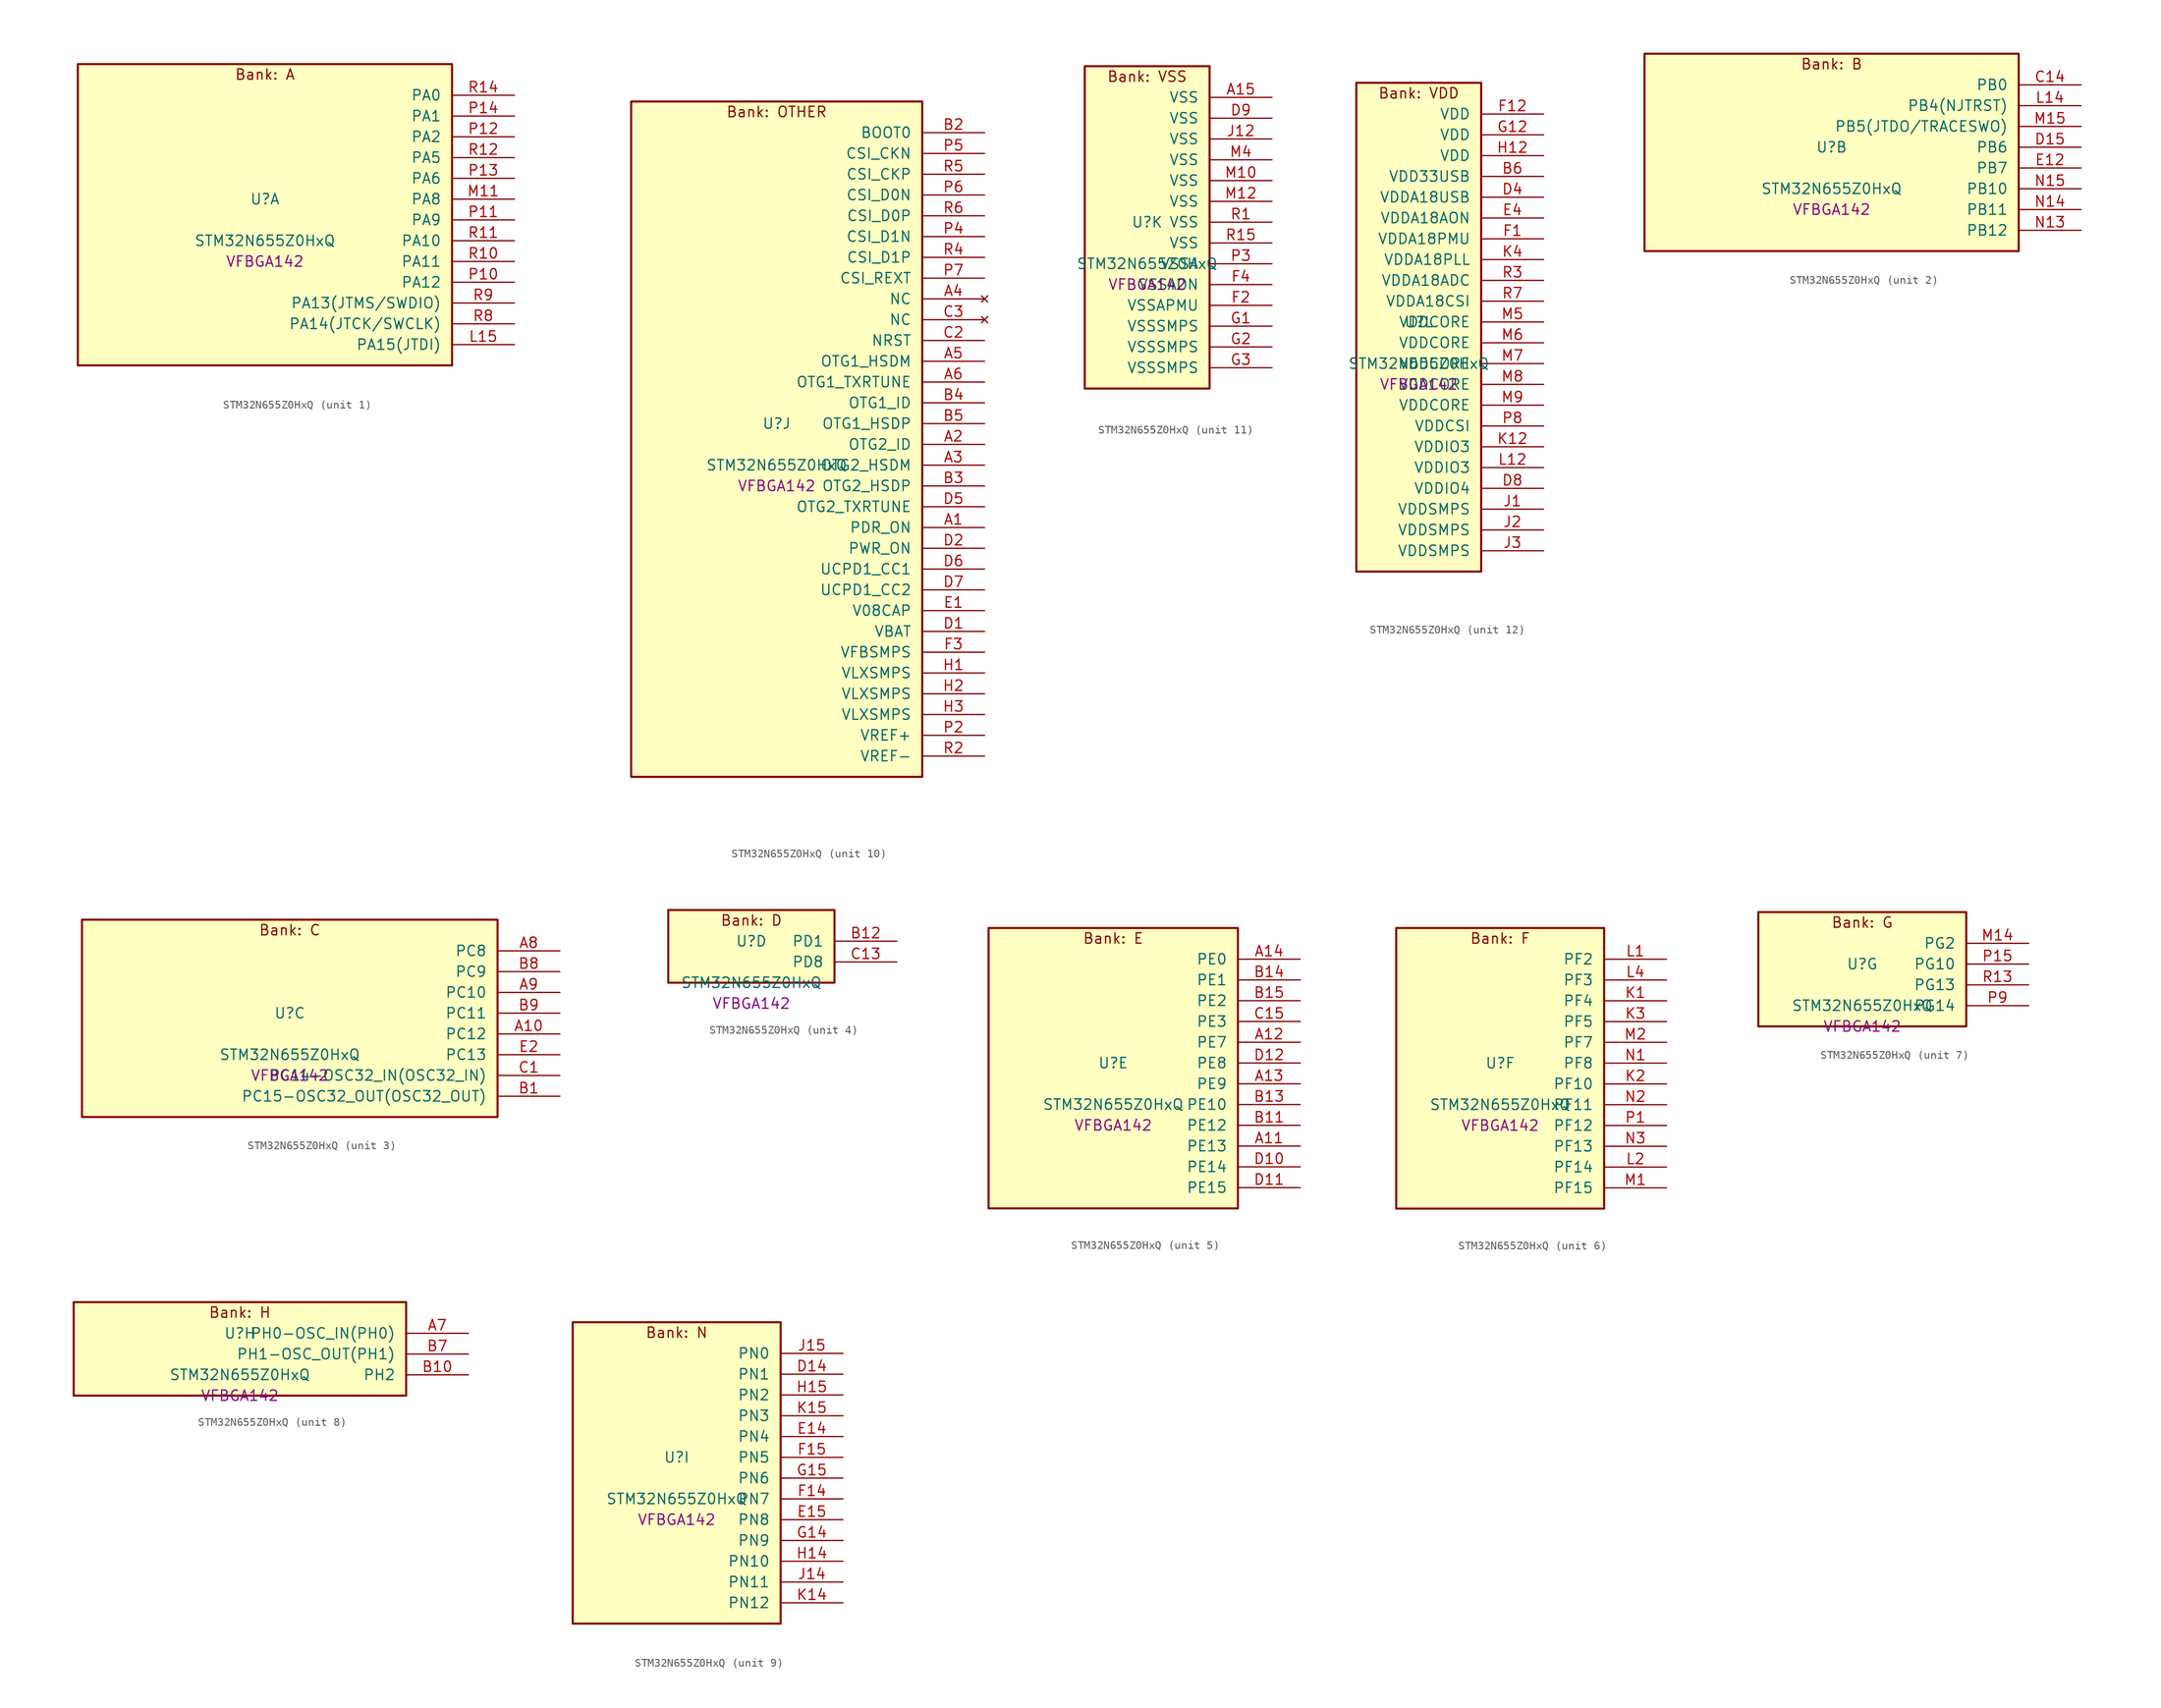
<source format=kicad_sym>
(kicad_symbol_lib
  (version 20241209)
  (generator "stm32_pkl_generator")
  (generator_version "1.0")
  (symbol "STM32N655Z0HxQ"
    (pin_names
      (offset 1.27))
    (property "Reference" "U"
      (at 0 2.54 0))
    (property "Value" "STM32N655Z0HxQ"
      (at 0 -2.54 0))
    (property "Footprint" "VFBGA142"
      (at 0 -5.08 0))
    (symbol "STM32N655Z0HxQ_1_1"
      (rectangle (start -22.86 19.05) (end 22.86 -17.78) (stroke (width 0.254) (type solid)) (fill (type background)))
      (text "Bank: A" (at 0 17.78 0))
      (pin bidirectional line (at 30.48 15.24 180) (length 7.62) (name "PA0") (number "R14") (alternate "PA0/ADC1_INN1" bidirectional line) (alternate "PA0/ADC1_INP0" bidirectional line) (alternate "PA0/ADC2_INN1" bidirectional line) (alternate "PA0/ADC2_INP0" bidirectional line) (alternate "PA0/HDP_HDP0" bidirectional line) (alternate "PA0/I2S6_WS" bidirectional line) (alternate "PA0/LTDC_G3" bidirectional line) (alternate "PA0/PWR_WKUP1" bidirectional line) (alternate "PA0/SAI2_SD_B" bidirectional line) (alternate "PA0/SPI6_NSS" bidirectional line) (alternate "PA0/TIM15_BKIN" bidirectional line) (alternate "PA0/TIM2_CH1" bidirectional line) (alternate "PA0/TIM9_CH1" bidirectional line) (alternate "PA0/UART4_TX" bidirectional line))
      (pin bidirectional line (at 30.48 12.7 180) (length 7.62) (name "PA1") (number "P14") (alternate "PA1/ADC1_INP1" bidirectional line) (alternate "PA1/ADC2_INP1" bidirectional line) (alternate "PA1/DCMIPP_D0" bidirectional line) (alternate "PA1/DCMI_D0" bidirectional line) (alternate "PA1/HDP_HDP1" bidirectional line) (alternate "PA1/LTDC_G2" bidirectional line) (alternate "PA1/PSSI_D0" bidirectional line) (alternate "PA1/SAI2_MCLK_B" bidirectional line) (alternate "PA1/TIM15_CH1N" bidirectional line) (alternate "PA1/TIM2_CH2" bidirectional line) (alternate "PA1/UART4_RX" bidirectional line))
      (pin bidirectional line (at 30.48 10.16 180) (length 7.62) (name "PA2") (number "P12") (alternate "PA2/ADC1_INP14" bidirectional line) (alternate "PA2/ADC2_INP14" bidirectional line) (alternate "PA2/HDP_HDP2" bidirectional line) (alternate "PA2/LTDC_B7" bidirectional line) (alternate "PA2/MDIOS_MDIO" bidirectional line) (alternate "PA2/PWR_WKUP2" bidirectional line) (alternate "PA2/SAI2_SCK_B" bidirectional line) (alternate "PA2/TIM15_CH1" bidirectional line) (alternate "PA2/TIM2_CH3" bidirectional line))
      (pin bidirectional line (at 30.48 7.62 180) (length 7.62) (name "PA5") (number "R12") (alternate "PA5/ADC2_INP18" bidirectional line) (alternate "PA5/DCMIPP_D8" bidirectional line) (alternate "PA5/DCMI_D8" bidirectional line) (alternate "PA5/HDP_HDP5" bidirectional line) (alternate "PA5/I2S1_CK" bidirectional line) (alternate "PA5/I2S6_CK" bidirectional line) (alternate "PA5/I3C1_SCL" bidirectional line) (alternate "PA5/LTDC_CLK" bidirectional line) (alternate "PA5/PSSI_D8" bidirectional line) (alternate "PA5/PWR_CSTOP" bidirectional line) (alternate "PA5/SPI1_SCK" bidirectional line) (alternate "PA5/SPI6_SCK" bidirectional line) (alternate "PA5/TIM10_CH1" bidirectional line) (alternate "PA5/TIM2_CH1" bidirectional line) (alternate "PA5/TIM2_ETR" bidirectional line) (alternate "PA5/TIM9_CH2" bidirectional line))
      (pin bidirectional line (at 30.48 5.08 180) (length 7.62) (name "PA6") (number "P13") (alternate "PA6/ADC1_INP3" bidirectional line) (alternate "PA6/ADC2_INP3" bidirectional line) (alternate "PA6/BOOT1" bidirectional line) (alternate "PA6/DCMIPP_PIXCLK" bidirectional line) (alternate "PA6/DCMI_PIXCLK" bidirectional line) (alternate "PA6/HDP_HDP6" bidirectional line) (alternate "PA6/I2S1_SDI" bidirectional line) (alternate "PA6/I2S6_SDI" bidirectional line) (alternate "PA6/I3C1_SDA" bidirectional line) (alternate "PA6/LTDC_B7" bidirectional line) (alternate "PA6/LTDC_HSYNC" bidirectional line) (alternate "PA6/MDIOS_MDC" bidirectional line) (alternate "PA6/PSSI_PDCK" bidirectional line) (alternate "PA6/SPI1_MISO" bidirectional line) (alternate "PA6/SPI6_MISO" bidirectional line) (alternate "PA6/TIM13_CH1" bidirectional line) (alternate "PA6/TIM3_CH1" bidirectional line))
      (pin bidirectional line (at 30.48 2.54 180) (length 7.62) (name "PA8") (number "M11") (alternate "PA8/ADC1_INP5" bidirectional line) (alternate "PA8/ADC2_INP5" bidirectional line) (alternate "PA8/HDP_HDP0" bidirectional line) (alternate "PA8/I2C3_SCL" bidirectional line) (alternate "PA8/I3C2_SCL" bidirectional line) (alternate "PA8/LTDC_B6" bidirectional line) (alternate "PA8/RCC_MCO_1" bidirectional line) (alternate "PA8/TIM11_CH1" bidirectional line) (alternate "PA8/UART7_RX" bidirectional line) (alternate "PA8/USART1_CK" bidirectional line))
      (pin bidirectional line (at 30.48 0 180) (length 7.62) (name "PA9") (number "P11") (alternate "PA9/ADC1_INP10" bidirectional line) (alternate "PA9/ADC2_INP10" bidirectional line) (alternate "PA9/DCMIPP_D0" bidirectional line) (alternate "PA9/DCMI_D0" bidirectional line) (alternate "PA9/HDP_HDP1" bidirectional line) (alternate "PA9/I2C3_SDA" bidirectional line) (alternate "PA9/I3C2_SDA" bidirectional line) (alternate "PA9/LPUART1_TX" bidirectional line) (alternate "PA9/LTDC_B5" bidirectional line) (alternate "PA9/PSSI_D0" bidirectional line) (alternate "PA9/USART1_TX" bidirectional line))
      (pin bidirectional line (at 30.48 -2.54 180) (length 7.62) (name "PA10") (number "R11") (alternate "PA10/ADC1_INN10" bidirectional line) (alternate "PA10/ADC1_INP11" bidirectional line) (alternate "PA10/ADC2_INN10" bidirectional line) (alternate "PA10/ADC2_INP11" bidirectional line) (alternate "PA10/DCMIPP_D1" bidirectional line) (alternate "PA10/DCMI_D1" bidirectional line) (alternate "PA10/HDP_HDP2" bidirectional line) (alternate "PA10/LPUART1_RX" bidirectional line) (alternate "PA10/LTDC_B4" bidirectional line) (alternate "PA10/MDIOS_MDIO" bidirectional line) (alternate "PA10/PSSI_D1" bidirectional line) (alternate "PA10/PWR_CSLEEP" bidirectional line) (alternate "PA10/USART1_RX" bidirectional line))
      (pin bidirectional line (at 30.48 -5.08 180) (length 7.62) (name "PA11") (number "R10") (alternate "PA11/ADC1_EXTI11" bidirectional line) (alternate "PA11/ADC1_INN11" bidirectional line) (alternate "PA11/ADC1_INP12" bidirectional line) (alternate "PA11/ADC2_EXTI11" bidirectional line) (alternate "PA11/ADC2_INN11" bidirectional line) (alternate "PA11/ADC2_INP12" bidirectional line) (alternate "PA11/FDCAN1_RX" bidirectional line) (alternate "PA11/HDP_HDP3" bidirectional line) (alternate "PA11/LPUART1_CTS" bidirectional line) (alternate "PA11/LTDC_B3" bidirectional line) (alternate "PA11/UART4_RX" bidirectional line) (alternate "PA11/USART1_CTS" bidirectional line) (alternate "PA11/USART1_NSS" bidirectional line))
      (pin bidirectional line (at 30.48 -7.62 180) (length 7.62) (name "PA12") (number "P10") (alternate "PA12/ADC1_INN12" bidirectional line) (alternate "PA12/ADC1_INP13" bidirectional line) (alternate "PA12/ADC2_INN12" bidirectional line) (alternate "PA12/ADC2_INP13" bidirectional line) (alternate "PA12/FDCAN1_TX" bidirectional line) (alternate "PA12/HDP_HDP4" bidirectional line) (alternate "PA12/LPUART1_RTS" bidirectional line) (alternate "PA12/LTDC_B2" bidirectional line) (alternate "PA12/SAI2_FS_B" bidirectional line) (alternate "PA12/UART4_TX" bidirectional line) (alternate "PA12/USART1_RTS" bidirectional line))
      (pin bidirectional line (at 30.48 -10.16 180) (length 7.62) (name "PA13(JTMS/SWDIO)") (number "R9") (alternate "PA13(JTMS/SWDIO)/DEBUG_JTMS-SWDIO" bidirectional line) (alternate "PA13(JTMS/SWDIO)/HDP_HDP5" bidirectional line))
      (pin bidirectional line (at 30.48 -12.7 180) (length 7.62) (name "PA14(JTCK/SWCLK)") (number "R8") (alternate "PA14(JTCK/SWCLK)/DEBUG_JTCK-SWCLK" bidirectional line) (alternate "PA14(JTCK/SWCLK)/HDP_HDP6" bidirectional line))
      (pin bidirectional line (at 30.48 -15.24 180) (length 7.62) (name "PA15(JTDI)") (number "L15") (alternate "PA15(JTDI)/ADC1_EXTI15" bidirectional line) (alternate "PA15(JTDI)/ADC2_EXTI15" bidirectional line) (alternate "PA15(JTDI)/DEBUG_JTDI" bidirectional line) (alternate "PA15(JTDI)/HDP_HDP7" bidirectional line) (alternate "PA15(JTDI)/I2S1_WS" bidirectional line) (alternate "PA15(JTDI)/I2S3_WS" bidirectional line) (alternate "PA15(JTDI)/I2S6_WS" bidirectional line) (alternate "PA15(JTDI)/LTDC_R5" bidirectional line) (alternate "PA15(JTDI)/SPI1_NSS" bidirectional line) (alternate "PA15(JTDI)/SPI3_NSS" bidirectional line) (alternate "PA15(JTDI)/SPI6_NSS" bidirectional line) (alternate "PA15(JTDI)/TIM2_CH1" bidirectional line) (alternate "PA15(JTDI)/TIM2_ETR" bidirectional line) (alternate "PA15(JTDI)/UART4_DE" bidirectional line) (alternate "PA15(JTDI)/UART4_RTS" bidirectional line) (alternate "PA15(JTDI)/UART7_TX" bidirectional line)))
    (symbol "STM32N655Z0HxQ_2_1"
      (rectangle (start -22.86 13.97) (end 22.86 -10.16) (stroke (width 0.254) (type solid)) (fill (type background)))
      (text "Bank: B" (at 0 12.7 0))
      (pin bidirectional line (at 30.48 10.16 180) (length 7.62) (name "PB0") (number "C14") (alternate "PB0/ADF1_SDI0" bidirectional line) (alternate "PB0/DCMIPP_D4" bidirectional line) (alternate "PB0/DCMI_D4" bidirectional line) (alternate "PB0/DEBUG_TRACED1" bidirectional line) (alternate "PB0/MDF1_SDI2" bidirectional line) (alternate "PB0/PSSI_D4" bidirectional line) (alternate "PB0/SAI1_D2" bidirectional line) (alternate "PB0/SAI1_FS_A" bidirectional line) (alternate "PB0/SPI4_NSS" bidirectional line) (alternate "PB0/TIM15_CH1N" bidirectional line))
      (pin bidirectional line (at 30.48 7.62 180) (length 7.62) (name "PB4(NJTRST)") (number "L14") (alternate "PB4(NJTRST)/DCMIPP_VSYNC" bidirectional line) (alternate "PB4(NJTRST)/DCMI_VSYNC" bidirectional line) (alternate "PB4(NJTRST)/DEBUG_NJTRST" bidirectional line) (alternate "PB4(NJTRST)/HDP_HDP4" bidirectional line) (alternate "PB4(NJTRST)/I2S1_SDI" bidirectional line) (alternate "PB4(NJTRST)/I2S3_SDI" bidirectional line) (alternate "PB4(NJTRST)/I2S6_SDI" bidirectional line) (alternate "PB4(NJTRST)/LTDC_R3" bidirectional line) (alternate "PB4(NJTRST)/PSSI_RDY" bidirectional line) (alternate "PB4(NJTRST)/SPI1_MISO" bidirectional line) (alternate "PB4(NJTRST)/SPI3_MISO" bidirectional line) (alternate "PB4(NJTRST)/SPI6_MISO" bidirectional line) (alternate "PB4(NJTRST)/TIM3_CH1" bidirectional line) (alternate "PB4(NJTRST)/UART7_TX" bidirectional line))
      (pin bidirectional line (at 30.48 5.08 180) (length 7.62) (name "PB5(JTDO/TRACESWO)") (number "M15") (alternate "PB5(JTDO/TRACESWO)/DCMIPP_D10" bidirectional line) (alternate "PB5(JTDO/TRACESWO)/DCMI_D10" bidirectional line) (alternate "PB5(JTDO/TRACESWO)/DEBUG_JTDO-SWO" bidirectional line) (alternate "PB5(JTDO/TRACESWO)/FDCAN2_RX" bidirectional line) (alternate "PB5(JTDO/TRACESWO)/HDP_HDP5" bidirectional line) (alternate "PB5(JTDO/TRACESWO)/I2S1_SDO" bidirectional line) (alternate "PB5(JTDO/TRACESWO)/I2S3_SDO" bidirectional line) (alternate "PB5(JTDO/TRACESWO)/I2S6_SDO" bidirectional line) (alternate "PB5(JTDO/TRACESWO)/LTDC_R2" bidirectional line) (alternate "PB5(JTDO/TRACESWO)/PSSI_D10" bidirectional line) (alternate "PB5(JTDO/TRACESWO)/SPI1_MOSI" bidirectional line) (alternate "PB5(JTDO/TRACESWO)/SPI3_MOSI" bidirectional line) (alternate "PB5(JTDO/TRACESWO)/SPI6_MOSI" bidirectional line) (alternate "PB5(JTDO/TRACESWO)/TIM3_CH2" bidirectional line) (alternate "PB5(JTDO/TRACESWO)/UART5_RX" bidirectional line))
      (pin bidirectional line (at 30.48 2.54 180) (length 7.62) (name "PB6") (number "D15") (alternate "PB6/ADF1_CCK1" bidirectional line) (alternate "PB6/DCMIPP_D6" bidirectional line) (alternate "PB6/DCMI_D6" bidirectional line) (alternate "PB6/DEBUG_TRACED2" bidirectional line) (alternate "PB6/MDF1_CCK1" bidirectional line) (alternate "PB6/PSSI_D6" bidirectional line) (alternate "PB6/SAI1_CK2" bidirectional line) (alternate "PB6/SAI1_SCK_A" bidirectional line) (alternate "PB6/SPI4_MISO" bidirectional line) (alternate "PB6/TIM15_CH1" bidirectional line))
      (pin bidirectional line (at 30.48 0 180) (length 7.62) (name "PB7") (number "E12") (alternate "PB7/ADF1_SDI0" bidirectional line) (alternate "PB7/DCMIPP_D7" bidirectional line) (alternate "PB7/DCMI_D7" bidirectional line) (alternate "PB7/DEBUG_TRACED3" bidirectional line) (alternate "PB7/MDF1_SDI1" bidirectional line) (alternate "PB7/PSSI_D7" bidirectional line) (alternate "PB7/SAI1_D1" bidirectional line) (alternate "PB7/SAI1_SD_A" bidirectional line) (alternate "PB7/SAI2_MCLK_B" bidirectional line) (alternate "PB7/SPI4_MOSI" bidirectional line) (alternate "PB7/TIM15_CH2" bidirectional line))
      (pin bidirectional line (at 30.48 -2.54 180) (length 7.62) (name "PB10") (number "N15") (alternate "PB10/ADC1_INN4" bidirectional line) (alternate "PB10/ADC1_INP8" bidirectional line) (alternate "PB10/ADC2_INN4" bidirectional line) (alternate "PB10/ADC2_INP8" bidirectional line) (alternate "PB10/HDP_HDP2" bidirectional line) (alternate "PB10/I2C2_SCL" bidirectional line) (alternate "PB10/I3C2_SCL" bidirectional line) (alternate "PB10/LPTIM2_IN1" bidirectional line) (alternate "PB10/LTDC_G7" bidirectional line) (alternate "PB10/TIM2_CH3" bidirectional line) (alternate "PB10/USART3_TX" bidirectional line))
      (pin bidirectional line (at 30.48 -5.08 180) (length 7.62) (name "PB11") (number "N14") (alternate "PB11/ADC1_EXTI11" bidirectional line) (alternate "PB11/ADC1_INP4" bidirectional line) (alternate "PB11/ADC2_EXTI11" bidirectional line) (alternate "PB11/ADC2_INP4" bidirectional line) (alternate "PB11/HDP_HDP3" bidirectional line) (alternate "PB11/I2C2_SDA" bidirectional line) (alternate "PB11/I3C2_SDA" bidirectional line) (alternate "PB11/LPTIM2_ETR" bidirectional line) (alternate "PB11/LTDC_G6" bidirectional line) (alternate "PB11/TIM2_CH4" bidirectional line) (alternate "PB11/USART3_RX" bidirectional line))
      (pin bidirectional line (at 30.48 -7.62 180) (length 7.62) (name "PB12") (number "N13") (alternate "PB12/FDCAN2_RX" bidirectional line) (alternate "PB12/HDP_HDP4" bidirectional line) (alternate "PB12/I2C2_SMBA" bidirectional line) (alternate "PB12/LPTIM2_IN2" bidirectional line) (alternate "PB12/LTDC_G5" bidirectional line) (alternate "PB12/UART5_RX" bidirectional line) (alternate "PB12/USART3_CK" bidirectional line)))
    (symbol "STM32N655Z0HxQ_3_1"
      (rectangle (start -25.4 13.97) (end 25.4 -10.16) (stroke (width 0.254) (type solid)) (fill (type background)))
      (text "Bank: C" (at 0 12.7 0))
      (pin bidirectional line (at 33.02 10.16 180) (length 7.62) (name "PC8") (number "A8") (alternate "PC8/DCMIPP_D2" bidirectional line) (alternate "PC8/DCMI_D2" bidirectional line) (alternate "PC8/DEBUG_TRACED1" bidirectional line) (alternate "PC8/HDP_HDP0" bidirectional line) (alternate "PC8/I2C3_SMBA" bidirectional line) (alternate "PC8/LTDC_B0" bidirectional line) (alternate "PC8/PSSI_D2" bidirectional line) (alternate "PC8/TIM3_CH3" bidirectional line) (alternate "PC8/UART5_DE" bidirectional line) (alternate "PC8/UART5_RTS" bidirectional line) (alternate "PC8/UCPD1_FRSTX1" bidirectional line))
      (pin bidirectional line (at 33.02 7.62 180) (length 7.62) (name "PC9") (number "B8") (alternate "PC9/AUDIOCLK" bidirectional line) (alternate "PC9/DCMIPP_D3" bidirectional line) (alternate "PC9/DCMI_D3" bidirectional line) (alternate "PC9/HDP_HDP1" bidirectional line) (alternate "PC9/I2C3_SDA" bidirectional line) (alternate "PC9/LTDC_B3" bidirectional line) (alternate "PC9/PSSI_D3" bidirectional line) (alternate "PC9/RCC_MCO_2" bidirectional line) (alternate "PC9/TIM3_CH4" bidirectional line) (alternate "PC9/UART5_CTS" bidirectional line) (alternate "PC9/UCPD1_FRSTX2" bidirectional line))
      (pin bidirectional line (at 33.02 5.08 180) (length 7.62) (name "PC10") (number "A9") (alternate "PC10/DCMIPP_D14" bidirectional line) (alternate "PC10/HDP_HDP2" bidirectional line) (alternate "PC10/I2C4_SCL" bidirectional line) (alternate "PC10/I2S3_CK" bidirectional line) (alternate "PC10/I3C2_SCL" bidirectional line) (alternate "PC10/PSSI_D14" bidirectional line) (alternate "PC10/SPI3_SCK" bidirectional line) (alternate "PC10/UART4_TX" bidirectional line) (alternate "PC10/USART3_TX" bidirectional line))
      (pin bidirectional line (at 33.02 2.54 180) (length 7.62) (name "PC11") (number "B9") (alternate "PC11/ADC1_EXTI11" bidirectional line) (alternate "PC11/ADC2_EXTI11" bidirectional line) (alternate "PC11/DCMIPP_D4" bidirectional line) (alternate "PC11/DCMI_D4" bidirectional line) (alternate "PC11/HDP_HDP3" bidirectional line) (alternate "PC11/I2C4_SDA" bidirectional line) (alternate "PC11/I2S3_SDI" bidirectional line) (alternate "PC11/I3C2_SDA" bidirectional line) (alternate "PC11/PSSI_D4" bidirectional line) (alternate "PC11/SPI3_MISO" bidirectional line) (alternate "PC11/UART4_RX" bidirectional line) (alternate "PC11/USART3_RX" bidirectional line))
      (pin bidirectional line (at 33.02 0 180) (length 7.62) (name "PC12") (number "A10") (alternate "PC12/DCMIPP_D9" bidirectional line) (alternate "PC12/DCMI_D9" bidirectional line) (alternate "PC12/DEBUG_TRACED3" bidirectional line) (alternate "PC12/HDP_HDP4" bidirectional line) (alternate "PC12/I2S3_SDO" bidirectional line) (alternate "PC12/I2S6_CK" bidirectional line) (alternate "PC12/PSSI_D9" bidirectional line) (alternate "PC12/SPI3_MOSI" bidirectional line) (alternate "PC12/SPI6_SCK" bidirectional line) (alternate "PC12/TIM15_CH1" bidirectional line) (alternate "PC12/UART5_TX" bidirectional line) (alternate "PC12/USART3_CK" bidirectional line))
      (pin bidirectional line (at 33.02 -2.54 180) (length 7.62) (name "PC13") (number "E2") (alternate "PC13/HDP_HDP5" bidirectional line) (alternate "PC13/PWR_WKUP3" bidirectional line) (alternate "PC13/RTC_OUT1" bidirectional line) (alternate "PC13/RTC_TS" bidirectional line) (alternate "PC13/TAMP_IN1" bidirectional line) (alternate "PC13/TAMP_OUT2" bidirectional line))
      (pin bidirectional line (at 33.02 -5.08 180) (length 7.62) (name "PC14-OSC32_IN(OSC32_IN)") (number "C1") (alternate "PC14-OSC32_IN(OSC32_IN)/RCC_OSC32_IN" bidirectional line))
      (pin bidirectional line (at 33.02 -7.62 180) (length 7.62) (name "PC15-OSC32_OUT(OSC32_OUT)") (number "B1") (alternate "PC15-OSC32_OUT(OSC32_OUT)/ADC1_EXTI15" bidirectional line) (alternate "PC15-OSC32_OUT(OSC32_OUT)/ADC2_EXTI15" bidirectional line) (alternate "PC15-OSC32_OUT(OSC32_OUT)/RCC_OSC32_OUT" bidirectional line)))
    (symbol "STM32N655Z0HxQ_4_1"
      (rectangle (start -10.16 6.35) (end 10.16 -2.54) (stroke (width 0.254) (type solid)) (fill (type background)))
      (text "Bank: D" (at 0 5.08 0))
      (pin bidirectional line (at 17.78 2.54 180) (length 7.62) (name "PD1") (number "B12") (alternate "PD1/FDCAN1_TX" bidirectional line) (alternate "PD1/UART4_TX" bidirectional line))
      (pin bidirectional line (at 17.78 0 180) (length 7.62) (name "PD8") (number "C13") (alternate "PD8/DCMIPP_D11" bidirectional line) (alternate "PD8/DCMI_D11" bidirectional line) (alternate "PD8/LTDC_R7" bidirectional line) (alternate "PD8/PSSI_D11" bidirectional line) (alternate "PD8/TAMP_IN3" bidirectional line) (alternate "PD8/TAMP_OUT4" bidirectional line) (alternate "PD8/USART3_TX" bidirectional line)))
    (symbol "STM32N655Z0HxQ_5_1"
      (rectangle (start -15.24 19.05) (end 15.24 -15.24) (stroke (width 0.254) (type solid)) (fill (type background)))
      (text "Bank: E" (at 0 17.78 0))
      (pin bidirectional line (at 22.86 15.24 180) (length 7.62) (name "PE0") (number "A14") (alternate "PE0/DCMIPP_D2" bidirectional line) (alternate "PE0/DCMI_D2" bidirectional line) (alternate "PE0/LPTIM2_ETR" bidirectional line) (alternate "PE0/PSSI_D2" bidirectional line) (alternate "PE0/SAI2_MCLK_A" bidirectional line) (alternate "PE0/TAMP_IN6" bidirectional line) (alternate "PE0/TAMP_OUT5" bidirectional line) (alternate "PE0/USART3_RX" bidirectional line))
      (pin bidirectional line (at 22.86 12.7 180) (length 7.62) (name "PE1") (number "B14") (alternate "PE1/DCMIPP_D8" bidirectional line) (alternate "PE1/DCMI_D8" bidirectional line) (alternate "PE1/LPTIM2_CH2" bidirectional line) (alternate "PE1/PSSI_D8" bidirectional line) (alternate "PE1/USART3_TX" bidirectional line))
      (pin bidirectional line (at 22.86 10.16 180) (length 7.62) (name "PE2") (number "B15") (alternate "PE2/ADF1_CCK0" bidirectional line) (alternate "PE2/DEBUG_TRACECLK" bidirectional line) (alternate "PE2/MDF1_CCK0" bidirectional line) (alternate "PE2/SAI1_CK1" bidirectional line) (alternate "PE2/SAI1_MCLK_A" bidirectional line) (alternate "PE2/SPI4_SCK" bidirectional line) (alternate "PE2/UCPD1_FRSTX1" bidirectional line))
      (pin bidirectional line (at 22.86 7.62 180) (length 7.62) (name "PE3") (number "C15") (alternate "PE3/DEBUG_TRACED0" bidirectional line) (alternate "PE3/MDF1_CKI2" bidirectional line) (alternate "PE3/SAI1_SD_B" bidirectional line) (alternate "PE3/TIM15_BKIN" bidirectional line))
      (pin bidirectional line (at 22.86 5.08 180) (length 7.62) (name "PE7") (number "A12") (alternate "PE7/MDF1_CKI0" bidirectional line) (alternate "PE7/SAI2_SD_B" bidirectional line) (alternate "PE7/UART7_RX" bidirectional line))
      (pin bidirectional line (at 22.86 2.54 180) (length 7.62) (name "PE8") (number "D12") (alternate "PE8/DCMIPP_D4" bidirectional line) (alternate "PE8/DCMI_D4" bidirectional line) (alternate "PE8/MDF1_SDI0" bidirectional line) (alternate "PE8/PSSI_D4" bidirectional line) (alternate "PE8/UART7_TX" bidirectional line) (alternate "PE8/USART3_TX" bidirectional line))
      (pin bidirectional line (at 22.86 0 180) (length 7.62) (name "PE9") (number "A13") (alternate "PE9/MDF1_CKI4" bidirectional line) (alternate "PE9/UART7_RTS" bidirectional line))
      (pin bidirectional line (at 22.86 -2.54 180) (length 7.62) (name "PE10") (number "B13") (alternate "PE10/DCMIPP_D3" bidirectional line) (alternate "PE10/DCMI_D3" bidirectional line) (alternate "PE10/DEBUG_TRACECLK" bidirectional line) (alternate "PE10/MDF1_SDI4" bidirectional line) (alternate "PE10/PSSI_D3" bidirectional line) (alternate "PE10/UART7_CTS" bidirectional line) (alternate "PE10/USART3_RX" bidirectional line))
      (pin bidirectional line (at 22.86 -5.08 180) (length 7.62) (name "PE12") (number "B11") (alternate "PE12/FDCAN3_RX" bidirectional line) (alternate "PE12/MDF1_SDI5" bidirectional line) (alternate "PE12/SAI2_SCK_B" bidirectional line) (alternate "PE12/SPI4_SCK" bidirectional line))
      (pin bidirectional line (at 22.86 -7.62 180) (length 7.62) (name "PE13") (number "A11") (alternate "PE13/ADF1_CCK0" bidirectional line) (alternate "PE13/I2C4_SCL" bidirectional line) (alternate "PE13/SAI2_FS_B" bidirectional line) (alternate "PE13/SPI4_MISO" bidirectional line))
      (pin bidirectional line (at 22.86 -10.16 180) (length 7.62) (name "PE14") (number "D10") (alternate "PE14/ADF1_CCK1" bidirectional line) (alternate "PE14/GFXTIM_FCKCAL" bidirectional line) (alternate "PE14/GFXTIM_LCKCAL" bidirectional line) (alternate "PE14/I2C4_SDA" bidirectional line) (alternate "PE14/SAI2_MCLK_B" bidirectional line) (alternate "PE14/SPI4_MOSI" bidirectional line))
      (pin bidirectional line (at 22.86 -12.7 180) (length 7.62) (name "PE15") (number "D11") (alternate "PE15/ADC1_EXTI15" bidirectional line) (alternate "PE15/ADC2_EXTI15" bidirectional line) (alternate "PE15/GFXTIM_FCKCAL" bidirectional line) (alternate "PE15/GFXTIM_LCKCAL" bidirectional line) (alternate "PE15/I2C4_SMBA" bidirectional line) (alternate "PE15/SPI5_SCK" bidirectional line)))
    (symbol "STM32N655Z0HxQ_6_1"
      (rectangle (start -12.7 19.05) (end 12.7 -15.24) (stroke (width 0.254) (type solid)) (fill (type background)))
      (text "Bank: F" (at 0 17.78 0))
      (pin bidirectional line (at 20.32 15.24 180) (length 7.62) (name "PF2") (number "L1") (alternate "PF2/FDCAN3_TX" bidirectional line) (alternate "PF2/LTDC_B1" bidirectional line))
      (pin bidirectional line (at 20.32 12.7 180) (length 7.62) (name "PF3") (number "L4") (alternate "PF3/ADC1_INP16" bidirectional line) (alternate "PF3/DCMIPP_HSYNC" bidirectional line) (alternate "PF3/DCMI_HSYNC" bidirectional line) (alternate "PF3/FDCAN3_RX" bidirectional line) (alternate "PF3/LTDC_R4" bidirectional line) (alternate "PF3/PSSI_DE" bidirectional line))
      (pin bidirectional line (at 20.32 10.16 180) (length 7.62) (name "PF4") (number "K1") (alternate "PF4/ADC1_INP18" bidirectional line) (alternate "PF4/DCMIPP_HSYNC" bidirectional line) (alternate "PF4/DCMI_HSYNC" bidirectional line) (alternate "PF4/HDP_HDP4" bidirectional line) (alternate "PF4/I2S1_WS" bidirectional line) (alternate "PF4/I2S3_WS" bidirectional line) (alternate "PF4/I2S6_WS" bidirectional line) (alternate "PF4/LTDC_R3" bidirectional line) (alternate "PF4/PSSI_DE" bidirectional line) (alternate "PF4/SPI1_NSS" bidirectional line) (alternate "PF4/SPI3_NSS" bidirectional line) (alternate "PF4/SPI6_NSS" bidirectional line))
      (pin bidirectional line (at 20.32 7.62 180) (length 7.62) (name "PF5") (number "K3") (alternate "PF5/DCMIPP_D6" bidirectional line) (alternate "PF5/DCMI_D6" bidirectional line) (alternate "PF5/LPTIM2_IN2" bidirectional line) (alternate "PF5/LTDC_G0" bidirectional line) (alternate "PF5/PSSI_D6" bidirectional line) (alternate "PF5/SAI2_SD_A" bidirectional line) (alternate "PF5/USART3_CTS" bidirectional line) (alternate "PF5/USART3_NSS" bidirectional line))
      (pin bidirectional line (at 20.32 5.08 180) (length 7.62) (name "PF7") (number "M2") (alternate "PF7/ADC1_INN5" bidirectional line) (alternate "PF7/ADC1_INP9" bidirectional line) (alternate "PF7/ADC2_INN5" bidirectional line) (alternate "PF7/ADC2_INP9" bidirectional line) (alternate "PF7/GFXTIM_TE" bidirectional line) (alternate "PF7/HDP_HDP0" bidirectional line) (alternate "PF7/I2S1_CK" bidirectional line) (alternate "PF7/LTDC_VSYNC" bidirectional line) (alternate "PF7/SPI1_SCK" bidirectional line) (alternate "PF7/TIM3_CH3" bidirectional line) (alternate "PF7/TIM9_CH1" bidirectional line) (alternate "PF7/UART4_CTS" bidirectional line))
      (pin bidirectional line (at 20.32 2.54 180) (length 7.62) (name "PF8") (number "N1") (alternate "PF8/DEBUG_TRACECLK" bidirectional line) (alternate "PF8/LTDC_R6" bidirectional line))
      (pin bidirectional line (at 20.32 0 180) (length 7.62) (name "PF10") (number "K2") (alternate "PF10/DCMIPP_D11" bidirectional line) (alternate "PF10/DCMIPP_D15" bidirectional line) (alternate "PF10/DCMI_D11" bidirectional line) (alternate "PF10/LTDC_R1" bidirectional line) (alternate "PF10/MDF1_SDI3" bidirectional line) (alternate "PF10/PSSI_D11" bidirectional line) (alternate "PF10/PSSI_D15" bidirectional line) (alternate "PF10/SAI1_D3" bidirectional line) (alternate "PF10/UART7_RX" bidirectional line) (alternate "PF10/UCPD1_FRSTX1" bidirectional line))
      (pin bidirectional line (at 20.32 -2.54 180) (length 7.62) (name "PF11") (number "N2") (alternate "PF11/ADC1_EXTI11" bidirectional line) (alternate "PF11/ADC1_INP2" bidirectional line) (alternate "PF11/ADC2_EXTI11" bidirectional line) (alternate "PF11/DCMIPP_D15" bidirectional line) (alternate "PF11/LTDC_B0" bidirectional line) (alternate "PF11/PSSI_D15" bidirectional line) (alternate "PF11/SAI2_SD_B" bidirectional line) (alternate "PF11/SPI5_MOSI" bidirectional line))
      (pin bidirectional line (at 20.32 -5.08 180) (length 7.62) (name "PF12") (number "P1") (alternate "PF12/ADC1_INN2" bidirectional line) (alternate "PF12/ADC1_INP6" bidirectional line) (alternate "PF12/DCMIPP_D13" bidirectional line) (alternate "PF12/DCMI_D13" bidirectional line) (alternate "PF12/PSSI_D13" bidirectional line) (alternate "PF12/SPI5_MISO" bidirectional line) (alternate "PF12/USART1_RX" bidirectional line))
      (pin bidirectional line (at 20.32 -7.62 180) (length 7.62) (name "PF13") (number "N3") (alternate "PF13/ADC2_INP2" bidirectional line) (alternate "PF13/DCMIPP_D10" bidirectional line) (alternate "PF13/DCMI_D10" bidirectional line) (alternate "PF13/PSSI_D10" bidirectional line) (alternate "PF13/SPI5_NSS" bidirectional line) (alternate "PF13/USART1_TX" bidirectional line))
      (pin bidirectional line (at 20.32 -10.16 180) (length 7.62) (name "PF14") (number "L2") (alternate "PF14/ADC2_INN2" bidirectional line) (alternate "PF14/ADC2_INP6" bidirectional line) (alternate "PF14/LTDC_G0" bidirectional line) (alternate "PF14/SPI5_MOSI" bidirectional line) (alternate "PF14/TIM2_CH2" bidirectional line) (alternate "PF14/USART1_CTS" bidirectional line))
      (pin bidirectional line (at 20.32 -12.7 180) (length 7.62) (name "PF15") (number "M1") (alternate "PF15/ADC1_EXTI15" bidirectional line) (alternate "PF15/ADC2_EXTI15" bidirectional line) (alternate "PF15/LTDC_G1" bidirectional line) (alternate "PF15/SPI5_SCK" bidirectional line) (alternate "PF15/USART1_RTS" bidirectional line)))
    (symbol "STM32N655Z0HxQ_7_1"
      (rectangle (start -12.7 8.89) (end 12.7 -5.08) (stroke (width 0.254) (type solid)) (fill (type background)))
      (text "Bank: G" (at 0 7.62 0))
      (pin bidirectional line (at 20.32 5.08 180) (length 7.62) (name "PG2") (number "M14") (alternate "PG2/DCMIPP_D6" bidirectional line) (alternate "PG2/DCMI_D6" bidirectional line) (alternate "PG2/LTDC_R0" bidirectional line) (alternate "PG2/PSSI_D6" bidirectional line) (alternate "PG2/SAI1_FS_B" bidirectional line) (alternate "PG2/SAI2_MCLK_B" bidirectional line) (alternate "PG2/SPI5_MOSI" bidirectional line) (alternate "PG2/TIM14_CH1" bidirectional line) (alternate "PG2/UART7_CTS" bidirectional line) (alternate "PG2/USART3_RTS" bidirectional line))
      (pin bidirectional line (at 20.32 2.54 180) (length 7.62) (name "PG10") (number "P15") (alternate "PG10/DCMIPP_D2" bidirectional line) (alternate "PG10/DCMI_D2" bidirectional line) (alternate "PG10/FDCAN2_TX" bidirectional line) (alternate "PG10/HDP_HDP5" bidirectional line) (alternate "PG10/LPTIM2_CH1" bidirectional line) (alternate "PG10/LTDC_G4" bidirectional line) (alternate "PG10/PSSI_D2" bidirectional line) (alternate "PG10/UART5_TX" bidirectional line) (alternate "PG10/USART3_CTS" bidirectional line) (alternate "PG10/USART3_NSS" bidirectional line))
      (pin bidirectional line (at 20.32 0 180) (length 7.62) (name "PG13") (number "R13") (alternate "PG13/DCMIPP_D12" bidirectional line) (alternate "PG13/DCMI_D12" bidirectional line) (alternate "PG13/LPTIM2_IN1" bidirectional line) (alternate "PG13/LTDC_DE" bidirectional line) (alternate "PG13/PSSI_D12" bidirectional line) (alternate "PG13/SAI2_FS_A" bidirectional line) (alternate "PG13/USART3_RTS" bidirectional line))
      (pin bidirectional line (at 20.32 -2.54 180) (length 7.62) (name "PG14") (number "P9") (alternate "PG14/DCMIPP_D11" bidirectional line) (alternate "PG14/DCMI_D11" bidirectional line) (alternate "PG14/DEBUG_TRACED1" bidirectional line) (alternate "PG14/I2S6_SDO" bidirectional line) (alternate "PG14/LTDC_B1" bidirectional line) (alternate "PG14/PSSI_D11" bidirectional line) (alternate "PG14/SPI6_MOSI" bidirectional line)))
    (symbol "STM32N655Z0HxQ_8_1"
      (rectangle (start -20.32 6.35) (end 20.32 -5.08) (stroke (width 0.254) (type solid)) (fill (type background)))
      (text "Bank: H" (at 0 5.08 0))
      (pin bidirectional line (at 27.94 2.54 180) (length 7.62) (name "PH0-OSC_IN(PH0)") (number "A7") (alternate "PH0-OSC_IN(PH0)/RCC_OSC_IN" bidirectional line))
      (pin bidirectional line (at 27.94 0 180) (length 7.62) (name "PH1-OSC_OUT(PH1)") (number "B7") (alternate "PH1-OSC_OUT(PH1)/RCC_OSC_OUT" bidirectional line))
      (pin bidirectional line (at 27.94 -2.54 180) (length 7.62) (name "PH2") (number "B10") (alternate "PH2/DCMIPP_D11" bidirectional line) (alternate "PH2/DCMI_D11" bidirectional line) (alternate "PH2/DEBUG_TRACED2" bidirectional line) (alternate "PH2/FDCAN1_TX" bidirectional line) (alternate "PH2/PSSI_D11" bidirectional line) (alternate "PH2/TIM15_BKIN" bidirectional line) (alternate "PH2/TIM3_ETR" bidirectional line) (alternate "PH2/UART5_RX" bidirectional line)))
    (symbol "STM32N655Z0HxQ_9_1"
      (rectangle (start -12.7 19.05) (end 12.7 -17.78) (stroke (width 0.254) (type solid)) (fill (type background)))
      (text "Bank: N" (at 0 17.78 0))
      (pin bidirectional line (at 20.32 15.24 180) (length 7.62) (name "PN0") (number "J15") (alternate "PN0/XSPIM_P2_DQS0" bidirectional line))
      (pin bidirectional line (at 20.32 12.7 180) (length 7.62) (name "PN1") (number "D14") (alternate "PN1/XSPIM_P2_NCS1" bidirectional line))
      (pin bidirectional line (at 20.32 10.16 180) (length 7.62) (name "PN2") (number "H15") (alternate "PN2/XSPIM_P2_IO0" bidirectional line))
      (pin bidirectional line (at 20.32 7.62 180) (length 7.62) (name "PN3") (number "K15") (alternate "PN3/XSPIM_P2_IO1" bidirectional line))
      (pin bidirectional line (at 20.32 5.08 180) (length 7.62) (name "PN4") (number "E14") (alternate "PN4/XSPIM_P2_IO2" bidirectional line))
      (pin bidirectional line (at 20.32 2.54 180) (length 7.62) (name "PN5") (number "F15") (alternate "PN5/XSPIM_P2_IO3" bidirectional line))
      (pin bidirectional line (at 20.32 0 180) (length 7.62) (name "PN6") (number "G15") (alternate "PN6/XSPIM_P2_CLK" bidirectional line))
      (pin bidirectional line (at 20.32 -2.54 180) (length 7.62) (name "PN7") (number "F14") (alternate "PN7/XSPIM_P2_NCLK" bidirectional line))
      (pin bidirectional line (at 20.32 -5.08 180) (length 7.62) (name "PN8") (number "E15") (alternate "PN8/XSPIM_P2_IO4" bidirectional line))
      (pin bidirectional line (at 20.32 -7.62 180) (length 7.62) (name "PN9") (number "G14") (alternate "PN9/DCMIPP_D5" bidirectional line) (alternate "PN9/DCMI_D5" bidirectional line) (alternate "PN9/PSSI_D5" bidirectional line) (alternate "PN9/XSPIM_P2_IO5" bidirectional line))
      (pin bidirectional line (at 20.32 -10.16 180) (length 7.62) (name "PN10") (number "H14") (alternate "PN10/LTDC_B4" bidirectional line) (alternate "PN10/XSPIM_P2_IO6" bidirectional line))
      (pin bidirectional line (at 20.32 -12.7 180) (length 7.62) (name "PN11") (number "J14") (alternate "PN11/ADC1_EXTI11" bidirectional line) (alternate "PN11/ADC2_EXTI11" bidirectional line) (alternate "PN11/LTDC_B6" bidirectional line) (alternate "PN11/XSPIM_P2_IO7" bidirectional line))
      (pin bidirectional line (at 20.32 -15.24 180) (length 7.62) (name "PN12") (number "K14") (alternate "PN12/XSPIM_P2_NCS2" bidirectional line)))
    (symbol "STM32N655Z0HxQ_10_1"
      (rectangle (start -17.78 41.91) (end 17.78 -40.64) (stroke (width 0.254) (type solid)) (fill (type background)))
      (text "Bank: OTHER" (at 0 40.64 0))
      (pin input line (at 25.4 38.1 180) (length 7.62) (name "BOOT0") (number "B2"))
      (pin bidirectional line (at 25.4 35.56 180) (length 7.62) (name "CSI_CKN") (number "P5") (alternate "CSI_CKN/CSI_CKN" bidirectional line))
      (pin bidirectional line (at 25.4 33.02 180) (length 7.62) (name "CSI_CKP") (number "R5") (alternate "CSI_CKP/CSI_CKP" bidirectional line))
      (pin bidirectional line (at 25.4 30.48 180) (length 7.62) (name "CSI_D0N") (number "P6") (alternate "CSI_D0N/CSI_D0N" bidirectional line))
      (pin bidirectional line (at 25.4 27.94 180) (length 7.62) (name "CSI_D0P") (number "R6") (alternate "CSI_D0P/CSI_D0P" bidirectional line))
      (pin bidirectional line (at 25.4 25.4 180) (length 7.62) (name "CSI_D1N") (number "P4") (alternate "CSI_D1N/CSI_D1N" bidirectional line))
      (pin bidirectional line (at 25.4 22.86 180) (length 7.62) (name "CSI_D1P") (number "R4") (alternate "CSI_D1P/CSI_D1P" bidirectional line))
      (pin bidirectional line (at 25.4 20.32 180) (length 7.62) (name "CSI_REXT") (number "P7") (alternate "CSI_REXT/CSI_REXT" bidirectional line))
      (pin no_connect line (at 25.4 17.78 180) (length 7.62) (name "NC") (number "A4"))
      (pin no_connect line (at 25.4 15.24 180) (length 7.62) (name "NC") (number "C3"))
      (pin input line (at 25.4 12.7 180) (length 7.62) (name "NRST") (number "C2"))
      (pin bidirectional line (at 25.4 10.16 180) (length 7.62) (name "OTG1_HSDM") (number "A5") (alternate "OTG1_HSDM/USB1_OTG_HS_DM" bidirectional line))
      (pin bidirectional line (at 25.4 7.62 180) (length 7.62) (name "OTG1_TXRTUNE") (number "A6"))
      (pin bidirectional line (at 25.4 5.08 180) (length 7.62) (name "OTG1_ID") (number "B4") (alternate "OTG1_ID/USB1_OTG_HS_ID" bidirectional line))
      (pin bidirectional line (at 25.4 2.54 180) (length 7.62) (name "OTG1_HSDP") (number "B5") (alternate "OTG1_HSDP/USB1_OTG_HS_DP" bidirectional line))
      (pin bidirectional line (at 25.4 0 180) (length 7.62) (name "OTG2_ID") (number "A2") (alternate "OTG2_ID/USB2_OTG_HS_ID" bidirectional line))
      (pin bidirectional line (at 25.4 -2.54 180) (length 7.62) (name "OTG2_HSDM") (number "A3") (alternate "OTG2_HSDM/USB2_OTG_HS_DM" bidirectional line))
      (pin bidirectional line (at 25.4 -5.08 180) (length 7.62) (name "OTG2_HSDP") (number "B3") (alternate "OTG2_HSDP/USB2_OTG_HS_DP" bidirectional line))
      (pin bidirectional line (at 25.4 -7.62 180) (length 7.62) (name "OTG2_TXRTUNE") (number "D5"))
      (pin bidirectional line (at 25.4 -10.16 180) (length 7.62) (name "PDR_ON") (number "A1"))
      (pin bidirectional line (at 25.4 -12.7 180) (length 7.62) (name "PWR_ON") (number "D2"))
      (pin bidirectional line (at 25.4 -15.24 180) (length 7.62) (name "UCPD1_CC1") (number "D6") (alternate "UCPD1_CC1/UCPD1_CC1" bidirectional line))
      (pin bidirectional line (at 25.4 -17.78 180) (length 7.62) (name "UCPD1_CC2") (number "D7") (alternate "UCPD1_CC2/UCPD1_CC2" bidirectional line))
      (pin power_in line (at 25.4 -20.32 180) (length 7.62) (name "V08CAP") (number "E1"))
      (pin power_in line (at 25.4 -22.86 180) (length 7.62) (name "VBAT") (number "D1"))
      (pin power_in line (at 25.4 -25.4 180) (length 7.62) (name "VFBSMPS") (number "F3"))
      (pin power_in line (at 25.4 -27.94 180) (length 7.62) (name "VLXSMPS") (number "H1"))
      (pin power_in line (at 25.4 -30.48 180) (length 7.62) (name "VLXSMPS") (number "H2"))
      (pin power_in line (at 25.4 -33.02 180) (length 7.62) (name "VLXSMPS") (number "H3"))
      (pin bidirectional line (at 25.4 -35.56 180) (length 7.62) (name "VREF+") (number "P2"))
      (pin power_in line (at 25.4 -38.1 180) (length 7.62) (name "VREF-") (number "R2")))
    (symbol "STM32N655Z0HxQ_11_1"
      (rectangle (start -7.62 21.59) (end 7.62 -17.78) (stroke (width 0.254) (type solid)) (fill (type background)))
      (text "Bank: VSS" (at 0 20.32 0))
      (pin power_in line (at 15.24 17.78 180) (length 7.62) (name "VSS") (number "A15"))
      (pin power_in line (at 15.24 15.24 180) (length 7.62) (name "VSS") (number "D9"))
      (pin power_in line (at 15.24 12.7 180) (length 7.62) (name "VSS") (number "J12"))
      (pin power_in line (at 15.24 10.16 180) (length 7.62) (name "VSS") (number "M4"))
      (pin power_in line (at 15.24 7.62 180) (length 7.62) (name "VSS") (number "M10"))
      (pin power_in line (at 15.24 5.08 180) (length 7.62) (name "VSS") (number "M12"))
      (pin power_in line (at 15.24 2.54 180) (length 7.62) (name "VSS") (number "R1"))
      (pin power_in line (at 15.24 0 180) (length 7.62) (name "VSS") (number "R15"))
      (pin power_in line (at 15.24 -2.54 180) (length 7.62) (name "VSSA") (number "P3"))
      (pin power_in line (at 15.24 -5.08 180) (length 7.62) (name "VSSAON") (number "F4"))
      (pin power_in line (at 15.24 -7.62 180) (length 7.62) (name "VSSAPMU") (number "F2"))
      (pin power_in line (at 15.24 -10.16 180) (length 7.62) (name "VSSSMPS") (number "G1"))
      (pin power_in line (at 15.24 -12.7 180) (length 7.62) (name "VSSSMPS") (number "G2"))
      (pin power_in line (at 15.24 -15.24 180) (length 7.62) (name "VSSSMPS") (number "G3")))
    (symbol "STM32N655Z0HxQ_12_1"
      (rectangle (start -7.62 31.75) (end 7.62 -27.94) (stroke (width 0.254) (type solid)) (fill (type background)))
      (text "Bank: VDD" (at 0 30.48 0))
      (pin power_in line (at 15.24 27.94 180) (length 7.62) (name "VDD") (number "F12"))
      (pin power_in line (at 15.24 25.4 180) (length 7.62) (name "VDD") (number "G12"))
      (pin power_in line (at 15.24 22.86 180) (length 7.62) (name "VDD") (number "H12"))
      (pin power_in line (at 15.24 20.32 180) (length 7.62) (name "VDD33USB") (number "B6"))
      (pin power_in line (at 15.24 17.78 180) (length 7.62) (name "VDDA18USB") (number "D4"))
      (pin power_in line (at 15.24 15.24 180) (length 7.62) (name "VDDA18AON") (number "E4"))
      (pin power_in line (at 15.24 12.7 180) (length 7.62) (name "VDDA18PMU") (number "F1"))
      (pin power_in line (at 15.24 10.16 180) (length 7.62) (name "VDDA18PLL") (number "K4"))
      (pin power_in line (at 15.24 7.62 180) (length 7.62) (name "VDDA18ADC") (number "R3"))
      (pin power_in line (at 15.24 5.08 180) (length 7.62) (name "VDDA18CSI") (number "R7"))
      (pin power_in line (at 15.24 2.54 180) (length 7.62) (name "VDDCORE") (number "M5"))
      (pin power_in line (at 15.24 0 180) (length 7.62) (name "VDDCORE") (number "M6"))
      (pin power_in line (at 15.24 -2.54 180) (length 7.62) (name "VDDCORE") (number "M7"))
      (pin power_in line (at 15.24 -5.08 180) (length 7.62) (name "VDDCORE") (number "M8"))
      (pin power_in line (at 15.24 -7.62 180) (length 7.62) (name "VDDCORE") (number "M9"))
      (pin power_in line (at 15.24 -10.16 180) (length 7.62) (name "VDDCSI") (number "P8"))
      (pin power_in line (at 15.24 -12.7 180) (length 7.62) (name "VDDIO3") (number "K12"))
      (pin power_in line (at 15.24 -15.24 180) (length 7.62) (name "VDDIO3") (number "L12"))
      (pin power_in line (at 15.24 -17.78 180) (length 7.62) (name "VDDIO4") (number "D8"))
      (pin power_in line (at 15.24 -20.32 180) (length 7.62) (name "VDDSMPS") (number "J1"))
      (pin power_in line (at 15.24 -22.86 180) (length 7.62) (name "VDDSMPS") (number "J2"))
      (pin power_in line (at 15.24 -25.4 180) (length 7.62) (name "VDDSMPS") (number "J3")))))
</source>
